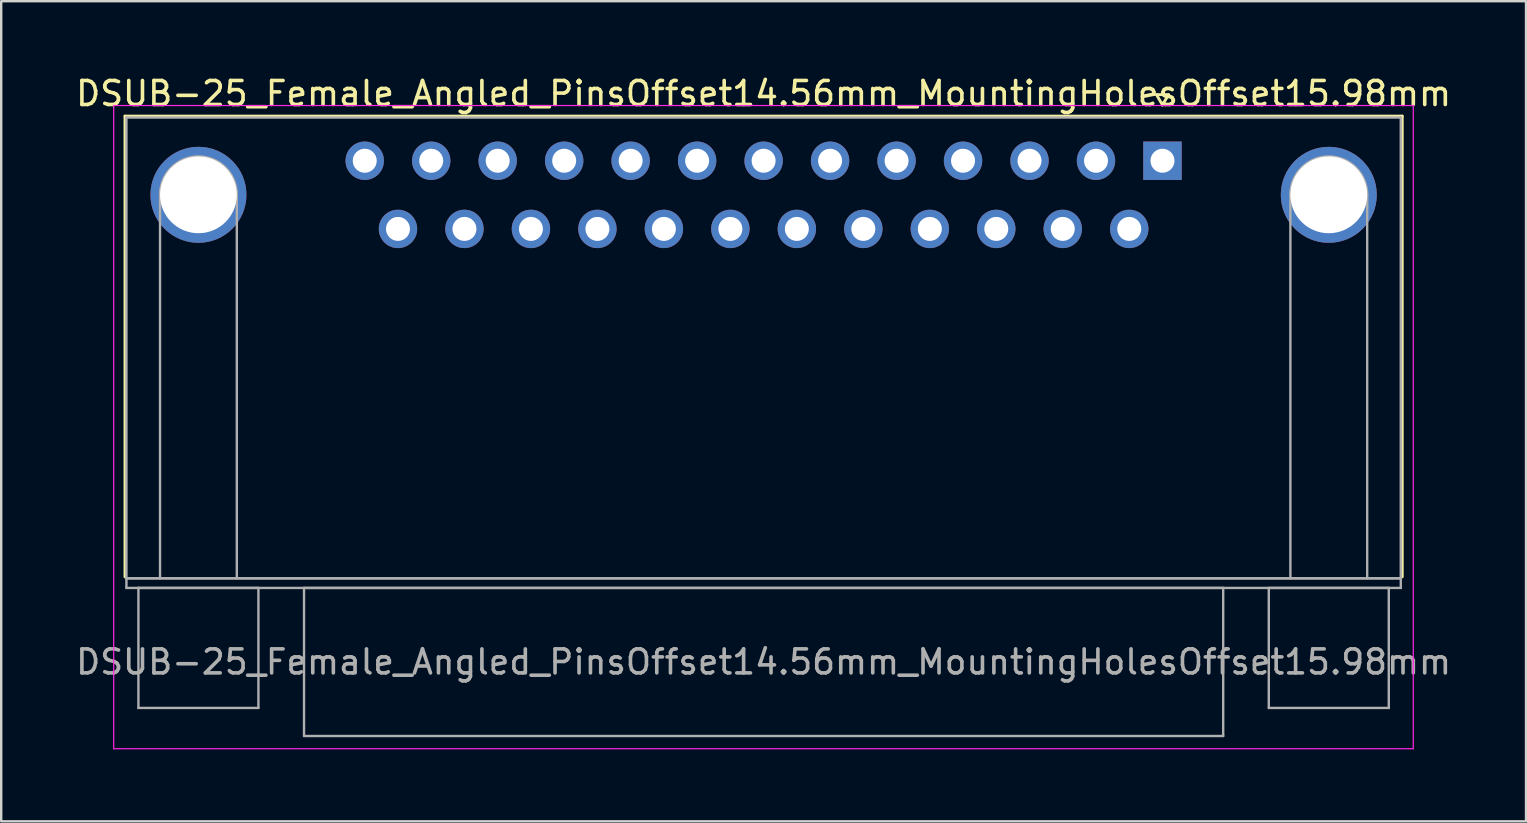
<source format=kicad_pcb>
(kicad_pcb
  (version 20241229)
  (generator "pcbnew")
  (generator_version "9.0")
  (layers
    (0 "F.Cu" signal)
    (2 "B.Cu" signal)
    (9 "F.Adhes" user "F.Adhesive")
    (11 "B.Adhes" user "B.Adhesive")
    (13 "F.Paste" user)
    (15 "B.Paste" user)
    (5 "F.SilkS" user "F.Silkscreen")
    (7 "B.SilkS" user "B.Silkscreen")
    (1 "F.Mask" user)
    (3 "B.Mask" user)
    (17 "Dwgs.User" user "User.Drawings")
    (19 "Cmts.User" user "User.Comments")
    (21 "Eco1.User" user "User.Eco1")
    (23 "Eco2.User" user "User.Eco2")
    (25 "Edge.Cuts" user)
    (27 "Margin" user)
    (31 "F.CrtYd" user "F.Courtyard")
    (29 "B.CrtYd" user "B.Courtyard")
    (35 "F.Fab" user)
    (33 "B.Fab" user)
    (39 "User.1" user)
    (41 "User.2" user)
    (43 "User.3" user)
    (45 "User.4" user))
  (footprint "DSUB-25_Female_Angled_PinsOffset14.56mm_MountingHolesOffset15.98mm"
    (layer "F.Cu")
    (at 45.388 3.648)
    (property "Reference" "DSUB-25_Female_Angled_PinsOffset14.56mm_MountingHolesOffset15.98mm" (at -16.62 -2.8 0) (layer "F.SilkS") (effects (font (size 1 1) (thickness 0.15))))
    (attr through_hole)
    (fp_line (start -43.23 -1.86) (end 9.99 -1.86) (stroke (width 0.12) (type solid)) (layer "F.SilkS"))
    (fp_line (start -43.23 17.34) (end -43.23 -1.86) (stroke (width 0.12) (type solid)) (layer "F.SilkS"))
    (fp_line (start -0.25 -2.754) (end 0.25 -2.754) (stroke (width 0.12) (type solid)) (layer "F.SilkS"))
    (fp_line (start 0 -2.321) (end -0.25 -2.754) (stroke (width 0.12) (type solid)) (layer "F.SilkS"))
    (fp_line (start 0.25 -2.754) (end 0 -2.321) (stroke (width 0.12) (type solid)) (layer "F.SilkS"))
    (fp_line (start 9.99 -1.86) (end 9.99 17.34) (stroke (width 0.12) (type solid)) (layer "F.SilkS"))
    (fp_line (start -43.7 -2.3) (end -43.7 24.5) (stroke (width 0.05) (type solid)) (layer "F.CrtYd"))
    (fp_line (start -43.7 24.5) (end 10.45 24.5) (stroke (width 0.05) (type solid)) (layer "F.CrtYd"))
    (fp_line (start 10.45 -2.3) (end -43.7 -2.3) (stroke (width 0.05) (type solid)) (layer "F.CrtYd"))
    (fp_line (start 10.45 24.5) (end 10.45 -2.3) (stroke (width 0.05) (type solid)) (layer "F.CrtYd"))
    (fp_line (start -43.17 -1.8) (end -43.17 17.4) (stroke (width 0.1) (type solid)) (layer "F.Fab"))
    (fp_line (start -43.17 17.4) (end -43.17 17.8) (stroke (width 0.1) (type solid)) (layer "F.Fab"))
    (fp_line (start -43.17 17.4) (end 9.93 17.4) (stroke (width 0.1) (type solid)) (layer "F.Fab"))
    (fp_line (start -43.17 17.8) (end 9.93 17.8) (stroke (width 0.1) (type solid)) (layer "F.Fab"))
    (fp_line (start -42.67 17.8) (end -42.67 22.8) (stroke (width 0.1) (type solid)) (layer "F.Fab"))
    (fp_line (start -42.67 22.8) (end -37.67 22.8) (stroke (width 0.1) (type solid)) (layer "F.Fab"))
    (fp_line (start -41.77 17.4) (end -41.77 1.42) (stroke (width 0.1) (type solid)) (layer "F.Fab"))
    (fp_line (start -38.57 17.4) (end -38.57 1.42) (stroke (width 0.1) (type solid)) (layer "F.Fab"))
    (fp_line (start -37.67 17.8) (end -42.67 17.8) (stroke (width 0.1) (type solid)) (layer "F.Fab"))
    (fp_line (start -37.67 22.8) (end -37.67 17.8) (stroke (width 0.1) (type solid)) (layer "F.Fab"))
    (fp_line (start -35.77 17.8) (end -35.77 23.97) (stroke (width 0.1) (type solid)) (layer "F.Fab"))
    (fp_line (start -35.77 23.97) (end 2.53 23.97) (stroke (width 0.1) (type solid)) (layer "F.Fab"))
    (fp_line (start 2.53 17.8) (end -35.77 17.8) (stroke (width 0.1) (type solid)) (layer "F.Fab"))
    (fp_line (start 2.53 23.97) (end 2.53 17.8) (stroke (width 0.1) (type solid)) (layer "F.Fab"))
    (fp_line (start 4.43 17.8) (end 4.43 22.8) (stroke (width 0.1) (type solid)) (layer "F.Fab"))
    (fp_line (start 4.43 22.8) (end 9.43 22.8) (stroke (width 0.1) (type solid)) (layer "F.Fab"))
    (fp_line (start 5.33 17.4) (end 5.33 1.42) (stroke (width 0.1) (type solid)) (layer "F.Fab"))
    (fp_line (start 8.53 17.4) (end 8.53 1.42) (stroke (width 0.1) (type solid)) (layer "F.Fab"))
    (fp_line (start 9.43 17.8) (end 4.43 17.8) (stroke (width 0.1) (type solid)) (layer "F.Fab"))
    (fp_line (start 9.43 22.8) (end 9.43 17.8) (stroke (width 0.1) (type solid)) (layer "F.Fab"))
    (fp_line (start 9.93 -1.8) (end -43.17 -1.8) (stroke (width 0.1) (type solid)) (layer "F.Fab"))
    (fp_line (start 9.93 17.4) (end -43.17 17.4) (stroke (width 0.1) (type solid)) (layer "F.Fab"))
    (fp_line (start 9.93 17.4) (end 9.93 -1.8) (stroke (width 0.1) (type solid)) (layer "F.Fab"))
    (fp_line (start 9.93 17.8) (end 9.93 17.4) (stroke (width 0.1) (type solid)) (layer "F.Fab"))
    (fp_arc (start -41.77 1.42) (mid -40.17 -0.18) (end -38.57 1.42) (stroke (width 0.1) (type solid)) (layer "F.Fab"))
    (fp_arc (start 5.33 1.42) (mid 6.93 -0.18) (end 8.53 1.42) (stroke (width 0.1) (type solid)) (layer "F.Fab"))
    (fp_text user "${REFERENCE}" (at -16.62 20.885 0) (layer "F.Fab") (effects (font (size 1 1) (thickness 0.15))))
    (pad "0" thru_hole circle (at -40.17 1.42) (size 4 4) (drill 3.2) (layers "*.Cu" "*.Mask"))
    (pad "0" thru_hole circle (at 6.93 1.42) (size 4 4) (drill 3.2) (layers "*.Cu" "*.Mask"))
    (pad "1" thru_hole rect (at 0 0) (size 1.6 1.6) (drill 1) (layers "*.Cu" "*.Mask"))
    (pad "2" thru_hole circle (at -2.77 0) (size 1.6 1.6) (drill 1) (layers "*.Cu" "*.Mask"))
    (pad "3" thru_hole circle (at -5.54 0) (size 1.6 1.6) (drill 1) (layers "*.Cu" "*.Mask"))
    (pad "4" thru_hole circle (at -8.31 0) (size 1.6 1.6) (drill 1) (layers "*.Cu" "*.Mask"))
    (pad "5" thru_hole circle (at -11.08 0) (size 1.6 1.6) (drill 1) (layers "*.Cu" "*.Mask"))
    (pad "6" thru_hole circle (at -13.85 0) (size 1.6 1.6) (drill 1) (layers "*.Cu" "*.Mask"))
    (pad "7" thru_hole circle (at -16.62 0) (size 1.6 1.6) (drill 1) (layers "*.Cu" "*.Mask"))
    (pad "8" thru_hole circle (at -19.39 0) (size 1.6 1.6) (drill 1) (layers "*.Cu" "*.Mask"))
    (pad "9" thru_hole circle (at -22.16 0) (size 1.6 1.6) (drill 1) (layers "*.Cu" "*.Mask"))
    (pad "10" thru_hole circle (at -24.93 0) (size 1.6 1.6) (drill 1) (layers "*.Cu" "*.Mask"))
    (pad "11" thru_hole circle (at -27.7 0) (size 1.6 1.6) (drill 1) (layers "*.Cu" "*.Mask"))
    (pad "12" thru_hole circle (at -30.47 0) (size 1.6 1.6) (drill 1) (layers "*.Cu" "*.Mask"))
    (pad "13" thru_hole circle (at -33.24 0) (size 1.6 1.6) (drill 1) (layers "*.Cu" "*.Mask"))
    (pad "14" thru_hole circle (at -1.385 2.84) (size 1.6 1.6) (drill 1) (layers "*.Cu" "*.Mask"))
    (pad "15" thru_hole circle (at -4.155 2.84) (size 1.6 1.6) (drill 1) (layers "*.Cu" "*.Mask"))
    (pad "16" thru_hole circle (at -6.925 2.84) (size 1.6 1.6) (drill 1) (layers "*.Cu" "*.Mask"))
    (pad "17" thru_hole circle (at -9.695 2.84) (size 1.6 1.6) (drill 1) (layers "*.Cu" "*.Mask"))
    (pad "18" thru_hole circle (at -12.465 2.84) (size 1.6 1.6) (drill 1) (layers "*.Cu" "*.Mask"))
    (pad "19" thru_hole circle (at -15.235 2.84) (size 1.6 1.6) (drill 1) (layers "*.Cu" "*.Mask"))
    (pad "20" thru_hole circle (at -18.005 2.84) (size 1.6 1.6) (drill 1) (layers "*.Cu" "*.Mask"))
    (pad "21" thru_hole circle (at -20.775 2.84) (size 1.6 1.6) (drill 1) (layers "*.Cu" "*.Mask"))
    (pad "22" thru_hole circle (at -23.545 2.84) (size 1.6 1.6) (drill 1) (layers "*.Cu" "*.Mask"))
    (pad "23" thru_hole circle (at -26.315 2.84) (size 1.6 1.6) (drill 1) (layers "*.Cu" "*.Mask"))
    (pad "24" thru_hole circle (at -29.085 2.84) (size 1.6 1.6) (drill 1) (layers "*.Cu" "*.Mask"))
    (pad "25" thru_hole circle (at -31.855 2.84) (size 1.6 1.6) (drill 1) (layers "*.Cu" "*.Mask")))
  (gr_rect
    (start -3 -3)
    (end 60.536 31.173)
    (stroke (width 0.1) (type default))
    (fill no)
    (layer "Edge.Cuts")))
</source>
